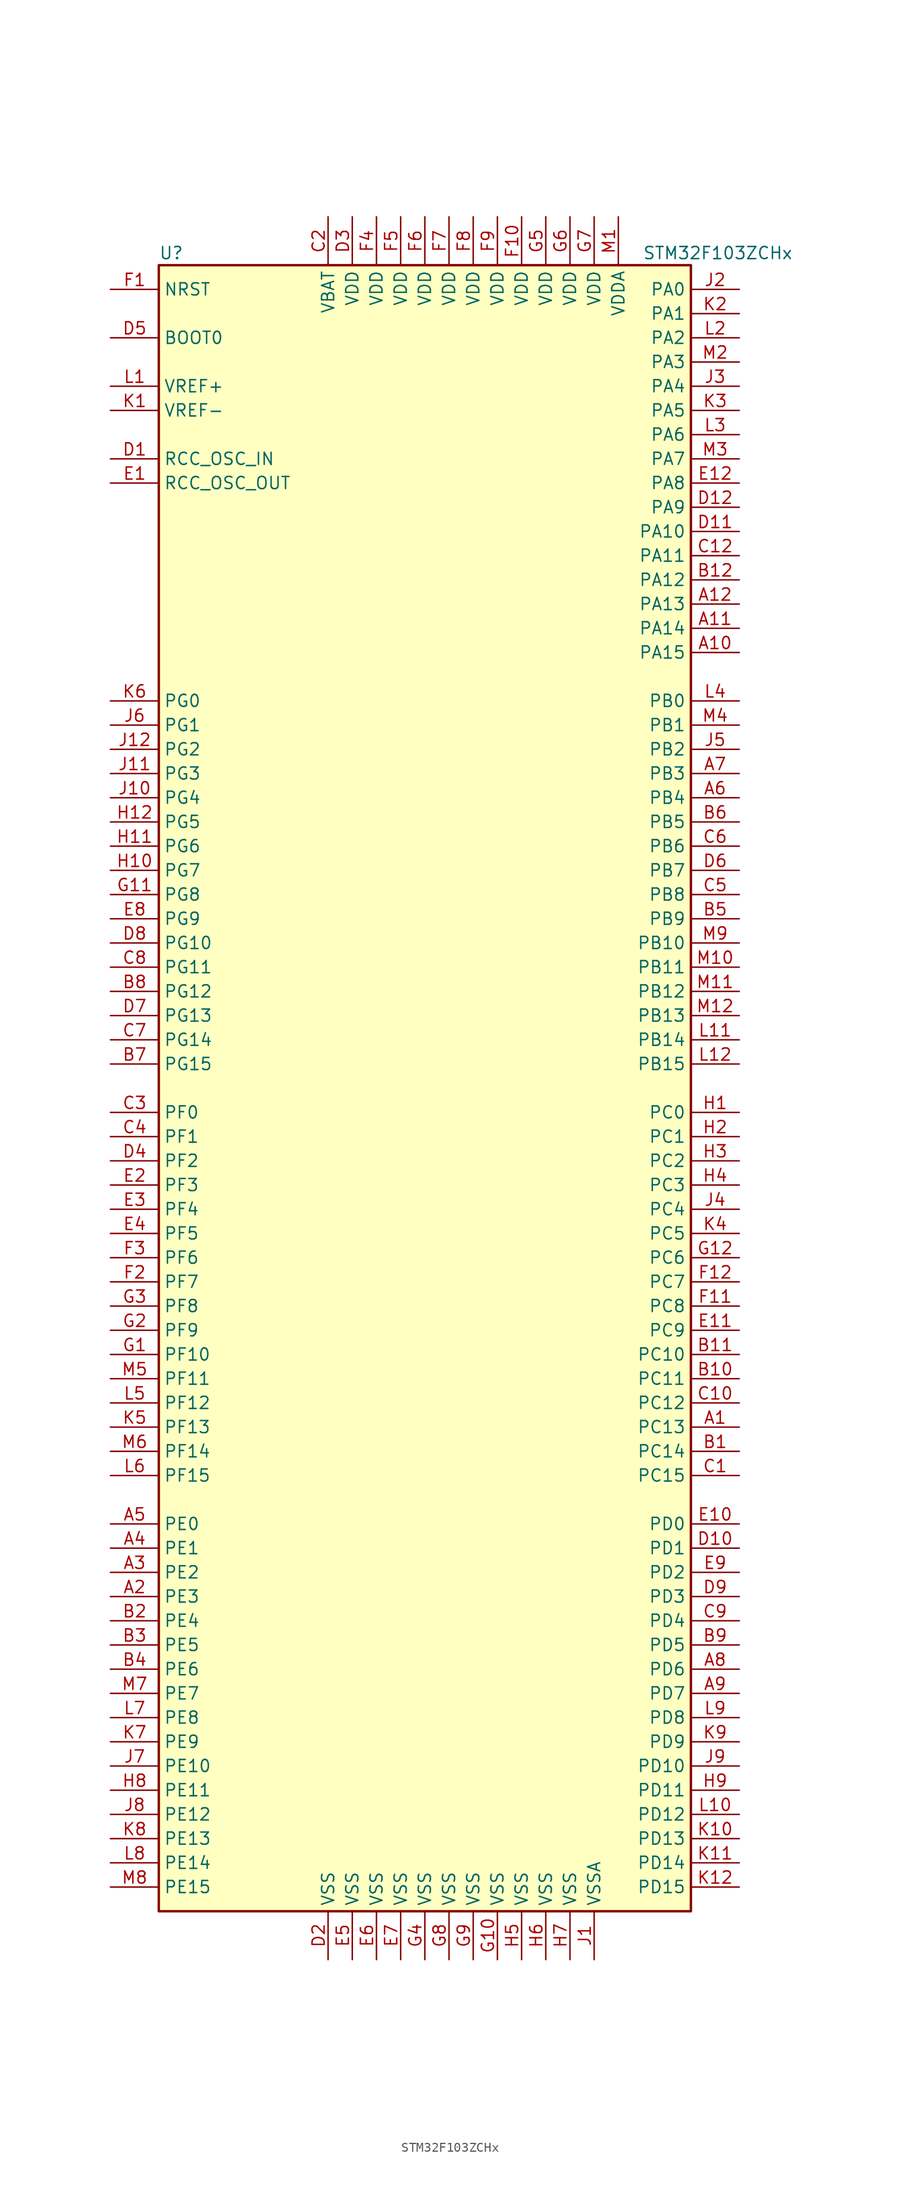
<source format=kicad_sym>
(kicad_symbol_lib
  (version 20201005)
  (generator kicad_symbol_editor)
  (symbol "STM32F103ZCHx"
    (property "Reference" "U"
      (at -27.94 87.63 0)
      (effects (font (size 1.27 1.27)) (justify left)))
    (property "Value" "STM32F103ZCHx"
      (at 22.86 87.63 0)
      (effects (font (size 1.27 1.27)) (justify left)))
    (symbol "STM32F103ZCHx_0_1"
      (rectangle (start -27.94 -86.36) (end 27.94 86.36) (stroke (width 0.254)) (fill (type background))))
    (symbol "STM32F103ZCHx_1_1"
      (pin bidirectional line (at 33.02 -35.56 180) (length 5.08) (name "PC13" (effects (font (size 1.27 1.27)))) (number "A1" (effects (font (size 1.27 1.27)))))
      (pin bidirectional line (at 33.02 45.72 180) (length 5.08) (name "PA15" (effects (font (size 1.27 1.27)))) (number "A10" (effects (font (size 1.27 1.27)))))
      (pin bidirectional line (at 33.02 48.26 180) (length 5.08) (name "PA14" (effects (font (size 1.27 1.27)))) (number "A11" (effects (font (size 1.27 1.27)))))
      (pin bidirectional line (at 33.02 50.8 180) (length 5.08) (name "PA13" (effects (font (size 1.27 1.27)))) (number "A12" (effects (font (size 1.27 1.27)))))
      (pin bidirectional line (at -33.02 -53.34 0) (length 5.08) (name "PE3" (effects (font (size 1.27 1.27)))) (number "A2" (effects (font (size 1.27 1.27)))))
      (pin bidirectional line (at -33.02 -50.8 0) (length 5.08) (name "PE2" (effects (font (size 1.27 1.27)))) (number "A3" (effects (font (size 1.27 1.27)))))
      (pin bidirectional line (at -33.02 -48.26 0) (length 5.08) (name "PE1" (effects (font (size 1.27 1.27)))) (number "A4" (effects (font (size 1.27 1.27)))))
      (pin bidirectional line (at -33.02 -45.72 0) (length 5.08) (name "PE0" (effects (font (size 1.27 1.27)))) (number "A5" (effects (font (size 1.27 1.27)))))
      (pin bidirectional line (at 33.02 30.48 180) (length 5.08) (name "PB4" (effects (font (size 1.27 1.27)))) (number "A6" (effects (font (size 1.27 1.27)))))
      (pin bidirectional line (at 33.02 33.02 180) (length 5.08) (name "PB3" (effects (font (size 1.27 1.27)))) (number "A7" (effects (font (size 1.27 1.27)))))
      (pin bidirectional line (at 33.02 -60.96 180) (length 5.08) (name "PD6" (effects (font (size 1.27 1.27)))) (number "A8" (effects (font (size 1.27 1.27)))))
      (pin bidirectional line (at 33.02 -63.5 180) (length 5.08) (name "PD7" (effects (font (size 1.27 1.27)))) (number "A9" (effects (font (size 1.27 1.27)))))
      (pin bidirectional line (at 33.02 -38.1 180) (length 5.08) (name "PC14" (effects (font (size 1.27 1.27)))) (number "B1" (effects (font (size 1.27 1.27)))))
      (pin bidirectional line (at 33.02 -30.48 180) (length 5.08) (name "PC11" (effects (font (size 1.27 1.27)))) (number "B10" (effects (font (size 1.27 1.27)))))
      (pin bidirectional line (at 33.02 -27.94 180) (length 5.08) (name "PC10" (effects (font (size 1.27 1.27)))) (number "B11" (effects (font (size 1.27 1.27)))))
      (pin bidirectional line (at 33.02 53.34 180) (length 5.08) (name "PA12" (effects (font (size 1.27 1.27)))) (number "B12" (effects (font (size 1.27 1.27)))))
      (pin bidirectional line (at -33.02 -55.88 0) (length 5.08) (name "PE4" (effects (font (size 1.27 1.27)))) (number "B2" (effects (font (size 1.27 1.27)))))
      (pin bidirectional line (at -33.02 -58.42 0) (length 5.08) (name "PE5" (effects (font (size 1.27 1.27)))) (number "B3" (effects (font (size 1.27 1.27)))))
      (pin bidirectional line (at -33.02 -60.96 0) (length 5.08) (name "PE6" (effects (font (size 1.27 1.27)))) (number "B4" (effects (font (size 1.27 1.27)))))
      (pin bidirectional line (at 33.02 17.78 180) (length 5.08) (name "PB9" (effects (font (size 1.27 1.27)))) (number "B5" (effects (font (size 1.27 1.27)))))
      (pin bidirectional line (at 33.02 27.94 180) (length 5.08) (name "PB5" (effects (font (size 1.27 1.27)))) (number "B6" (effects (font (size 1.27 1.27)))))
      (pin bidirectional line (at -33.02 2.54 0) (length 5.08) (name "PG15" (effects (font (size 1.27 1.27)))) (number "B7" (effects (font (size 1.27 1.27)))))
      (pin bidirectional line (at -33.02 10.16 0) (length 5.08) (name "PG12" (effects (font (size 1.27 1.27)))) (number "B8" (effects (font (size 1.27 1.27)))))
      (pin bidirectional line (at 33.02 -58.42 180) (length 5.08) (name "PD5" (effects (font (size 1.27 1.27)))) (number "B9" (effects (font (size 1.27 1.27)))))
      (pin bidirectional line (at 33.02 -40.64 180) (length 5.08) (name "PC15" (effects (font (size 1.27 1.27)))) (number "C1" (effects (font (size 1.27 1.27)))))
      (pin bidirectional line (at 33.02 -33.02 180) (length 5.08) (name "PC12" (effects (font (size 1.27 1.27)))) (number "C10" (effects (font (size 1.27 1.27)))))
      (pin no_connect line (at -27.94 -83.82 0) (length 5.08) hide (name "NC" (effects (font (size 1.27 1.27)))) (number "C11" (effects (font (size 1.27 1.27)))))
      (pin bidirectional line (at 33.02 55.88 180) (length 5.08) (name "PA11" (effects (font (size 1.27 1.27)))) (number "C12" (effects (font (size 1.27 1.27)))))
      (pin power_in line (at -10.16 91.44 270) (length 5.08) (name "VBAT" (effects (font (size 1.27 1.27)))) (number "C2" (effects (font (size 1.27 1.27)))))
      (pin bidirectional line (at -33.02 -2.54 0) (length 5.08) (name "PF0" (effects (font (size 1.27 1.27)))) (number "C3" (effects (font (size 1.27 1.27)))))
      (pin bidirectional line (at -33.02 -5.08 0) (length 5.08) (name "PF1" (effects (font (size 1.27 1.27)))) (number "C4" (effects (font (size 1.27 1.27)))))
      (pin bidirectional line (at 33.02 20.32 180) (length 5.08) (name "PB8" (effects (font (size 1.27 1.27)))) (number "C5" (effects (font (size 1.27 1.27)))))
      (pin bidirectional line (at 33.02 25.4 180) (length 5.08) (name "PB6" (effects (font (size 1.27 1.27)))) (number "C6" (effects (font (size 1.27 1.27)))))
      (pin bidirectional line (at -33.02 5.08 0) (length 5.08) (name "PG14" (effects (font (size 1.27 1.27)))) (number "C7" (effects (font (size 1.27 1.27)))))
      (pin bidirectional line (at -33.02 12.7 0) (length 5.08) (name "PG11" (effects (font (size 1.27 1.27)))) (number "C8" (effects (font (size 1.27 1.27)))))
      (pin bidirectional line (at 33.02 -55.88 180) (length 5.08) (name "PD4" (effects (font (size 1.27 1.27)))) (number "C9" (effects (font (size 1.27 1.27)))))
      (pin input line (at -33.02 66.04 0) (length 5.08) (name "RCC_OSC_IN" (effects (font (size 1.27 1.27)))) (number "D1" (effects (font (size 1.27 1.27)))))
      (pin bidirectional line (at 33.02 -48.26 180) (length 5.08) (name "PD1" (effects (font (size 1.27 1.27)))) (number "D10" (effects (font (size 1.27 1.27)))))
      (pin bidirectional line (at 33.02 58.42 180) (length 5.08) (name "PA10" (effects (font (size 1.27 1.27)))) (number "D11" (effects (font (size 1.27 1.27)))))
      (pin bidirectional line (at 33.02 60.96 180) (length 5.08) (name "PA9" (effects (font (size 1.27 1.27)))) (number "D12" (effects (font (size 1.27 1.27)))))
      (pin power_in line (at -10.16 -91.44 90) (length 5.08) (name "VSS" (effects (font (size 1.27 1.27)))) (number "D2" (effects (font (size 1.27 1.27)))))
      (pin power_in line (at -7.62 91.44 270) (length 5.08) (name "VDD" (effects (font (size 1.27 1.27)))) (number "D3" (effects (font (size 1.27 1.27)))))
      (pin bidirectional line (at -33.02 -7.62 0) (length 5.08) (name "PF2" (effects (font (size 1.27 1.27)))) (number "D4" (effects (font (size 1.27 1.27)))))
      (pin input line (at -33.02 78.74 0) (length 5.08) (name "BOOT0" (effects (font (size 1.27 1.27)))) (number "D5" (effects (font (size 1.27 1.27)))))
      (pin bidirectional line (at 33.02 22.86 180) (length 5.08) (name "PB7" (effects (font (size 1.27 1.27)))) (number "D6" (effects (font (size 1.27 1.27)))))
      (pin bidirectional line (at -33.02 7.62 0) (length 5.08) (name "PG13" (effects (font (size 1.27 1.27)))) (number "D7" (effects (font (size 1.27 1.27)))))
      (pin bidirectional line (at -33.02 15.24 0) (length 5.08) (name "PG10" (effects (font (size 1.27 1.27)))) (number "D8" (effects (font (size 1.27 1.27)))))
      (pin bidirectional line (at 33.02 -53.34 180) (length 5.08) (name "PD3" (effects (font (size 1.27 1.27)))) (number "D9" (effects (font (size 1.27 1.27)))))
      (pin input line (at -33.02 63.5 0) (length 5.08) (name "RCC_OSC_OUT" (effects (font (size 1.27 1.27)))) (number "E1" (effects (font (size 1.27 1.27)))))
      (pin bidirectional line (at 33.02 -45.72 180) (length 5.08) (name "PD0" (effects (font (size 1.27 1.27)))) (number "E10" (effects (font (size 1.27 1.27)))))
      (pin bidirectional line (at 33.02 -25.4 180) (length 5.08) (name "PC9" (effects (font (size 1.27 1.27)))) (number "E11" (effects (font (size 1.27 1.27)))))
      (pin bidirectional line (at 33.02 63.5 180) (length 5.08) (name "PA8" (effects (font (size 1.27 1.27)))) (number "E12" (effects (font (size 1.27 1.27)))))
      (pin bidirectional line (at -33.02 -10.16 0) (length 5.08) (name "PF3" (effects (font (size 1.27 1.27)))) (number "E2" (effects (font (size 1.27 1.27)))))
      (pin bidirectional line (at -33.02 -12.7 0) (length 5.08) (name "PF4" (effects (font (size 1.27 1.27)))) (number "E3" (effects (font (size 1.27 1.27)))))
      (pin bidirectional line (at -33.02 -15.24 0) (length 5.08) (name "PF5" (effects (font (size 1.27 1.27)))) (number "E4" (effects (font (size 1.27 1.27)))))
      (pin power_in line (at -7.62 -91.44 90) (length 5.08) (name "VSS" (effects (font (size 1.27 1.27)))) (number "E5" (effects (font (size 1.27 1.27)))))
      (pin power_in line (at -5.08 -91.44 90) (length 5.08) (name "VSS" (effects (font (size 1.27 1.27)))) (number "E6" (effects (font (size 1.27 1.27)))))
      (pin power_in line (at -2.54 -91.44 90) (length 5.08) (name "VSS" (effects (font (size 1.27 1.27)))) (number "E7" (effects (font (size 1.27 1.27)))))
      (pin bidirectional line (at -33.02 17.78 0) (length 5.08) (name "PG9" (effects (font (size 1.27 1.27)))) (number "E8" (effects (font (size 1.27 1.27)))))
      (pin bidirectional line (at 33.02 -50.8 180) (length 5.08) (name "PD2" (effects (font (size 1.27 1.27)))) (number "E9" (effects (font (size 1.27 1.27)))))
      (pin input line (at -33.02 83.82 0) (length 5.08) (name "NRST" (effects (font (size 1.27 1.27)))) (number "F1" (effects (font (size 1.27 1.27)))))
      (pin power_in line (at 10.16 91.44 270) (length 5.08) (name "VDD" (effects (font (size 1.27 1.27)))) (number "F10" (effects (font (size 1.27 1.27)))))
      (pin bidirectional line (at 33.02 -22.86 180) (length 5.08) (name "PC8" (effects (font (size 1.27 1.27)))) (number "F11" (effects (font (size 1.27 1.27)))))
      (pin bidirectional line (at 33.02 -20.32 180) (length 5.08) (name "PC7" (effects (font (size 1.27 1.27)))) (number "F12" (effects (font (size 1.27 1.27)))))
      (pin bidirectional line (at -33.02 -20.32 0) (length 5.08) (name "PF7" (effects (font (size 1.27 1.27)))) (number "F2" (effects (font (size 1.27 1.27)))))
      (pin bidirectional line (at -33.02 -17.78 0) (length 5.08) (name "PF6" (effects (font (size 1.27 1.27)))) (number "F3" (effects (font (size 1.27 1.27)))))
      (pin power_in line (at -5.08 91.44 270) (length 5.08) (name "VDD" (effects (font (size 1.27 1.27)))) (number "F4" (effects (font (size 1.27 1.27)))))
      (pin power_in line (at -2.54 91.44 270) (length 5.08) (name "VDD" (effects (font (size 1.27 1.27)))) (number "F5" (effects (font (size 1.27 1.27)))))
      (pin power_in line (at 0 91.44 270) (length 5.08) (name "VDD" (effects (font (size 1.27 1.27)))) (number "F6" (effects (font (size 1.27 1.27)))))
      (pin power_in line (at 2.54 91.44 270) (length 5.08) (name "VDD" (effects (font (size 1.27 1.27)))) (number "F7" (effects (font (size 1.27 1.27)))))
      (pin power_in line (at 5.08 91.44 270) (length 5.08) (name "VDD" (effects (font (size 1.27 1.27)))) (number "F8" (effects (font (size 1.27 1.27)))))
      (pin power_in line (at 7.62 91.44 270) (length 5.08) (name "VDD" (effects (font (size 1.27 1.27)))) (number "F9" (effects (font (size 1.27 1.27)))))
      (pin bidirectional line (at -33.02 -27.94 0) (length 5.08) (name "PF10" (effects (font (size 1.27 1.27)))) (number "G1" (effects (font (size 1.27 1.27)))))
      (pin power_in line (at 7.62 -91.44 90) (length 5.08) (name "VSS" (effects (font (size 1.27 1.27)))) (number "G10" (effects (font (size 1.27 1.27)))))
      (pin bidirectional line (at -33.02 20.32 0) (length 5.08) (name "PG8" (effects (font (size 1.27 1.27)))) (number "G11" (effects (font (size 1.27 1.27)))))
      (pin bidirectional line (at 33.02 -17.78 180) (length 5.08) (name "PC6" (effects (font (size 1.27 1.27)))) (number "G12" (effects (font (size 1.27 1.27)))))
      (pin bidirectional line (at -33.02 -25.4 0) (length 5.08) (name "PF9" (effects (font (size 1.27 1.27)))) (number "G2" (effects (font (size 1.27 1.27)))))
      (pin bidirectional line (at -33.02 -22.86 0) (length 5.08) (name "PF8" (effects (font (size 1.27 1.27)))) (number "G3" (effects (font (size 1.27 1.27)))))
      (pin power_in line (at 0 -91.44 90) (length 5.08) (name "VSS" (effects (font (size 1.27 1.27)))) (number "G4" (effects (font (size 1.27 1.27)))))
      (pin power_in line (at 12.7 91.44 270) (length 5.08) (name "VDD" (effects (font (size 1.27 1.27)))) (number "G5" (effects (font (size 1.27 1.27)))))
      (pin power_in line (at 15.24 91.44 270) (length 5.08) (name "VDD" (effects (font (size 1.27 1.27)))) (number "G6" (effects (font (size 1.27 1.27)))))
      (pin power_in line (at 17.78 91.44 270) (length 5.08) (name "VDD" (effects (font (size 1.27 1.27)))) (number "G7" (effects (font (size 1.27 1.27)))))
      (pin power_in line (at 2.54 -91.44 90) (length 5.08) (name "VSS" (effects (font (size 1.27 1.27)))) (number "G8" (effects (font (size 1.27 1.27)))))
      (pin power_in line (at 5.08 -91.44 90) (length 5.08) (name "VSS" (effects (font (size 1.27 1.27)))) (number "G9" (effects (font (size 1.27 1.27)))))
      (pin bidirectional line (at 33.02 -2.54 180) (length 5.08) (name "PC0" (effects (font (size 1.27 1.27)))) (number "H1" (effects (font (size 1.27 1.27)))))
      (pin bidirectional line (at -33.02 22.86 0) (length 5.08) (name "PG7" (effects (font (size 1.27 1.27)))) (number "H10" (effects (font (size 1.27 1.27)))))
      (pin bidirectional line (at -33.02 25.4 0) (length 5.08) (name "PG6" (effects (font (size 1.27 1.27)))) (number "H11" (effects (font (size 1.27 1.27)))))
      (pin bidirectional line (at -33.02 27.94 0) (length 5.08) (name "PG5" (effects (font (size 1.27 1.27)))) (number "H12" (effects (font (size 1.27 1.27)))))
      (pin bidirectional line (at 33.02 -5.08 180) (length 5.08) (name "PC1" (effects (font (size 1.27 1.27)))) (number "H2" (effects (font (size 1.27 1.27)))))
      (pin bidirectional line (at 33.02 -7.62 180) (length 5.08) (name "PC2" (effects (font (size 1.27 1.27)))) (number "H3" (effects (font (size 1.27 1.27)))))
      (pin bidirectional line (at 33.02 -10.16 180) (length 5.08) (name "PC3" (effects (font (size 1.27 1.27)))) (number "H4" (effects (font (size 1.27 1.27)))))
      (pin power_in line (at 10.16 -91.44 90) (length 5.08) (name "VSS" (effects (font (size 1.27 1.27)))) (number "H5" (effects (font (size 1.27 1.27)))))
      (pin power_in line (at 12.7 -91.44 90) (length 5.08) (name "VSS" (effects (font (size 1.27 1.27)))) (number "H6" (effects (font (size 1.27 1.27)))))
      (pin power_in line (at 15.24 -91.44 90) (length 5.08) (name "VSS" (effects (font (size 1.27 1.27)))) (number "H7" (effects (font (size 1.27 1.27)))))
      (pin bidirectional line (at -33.02 -73.66 0) (length 5.08) (name "PE11" (effects (font (size 1.27 1.27)))) (number "H8" (effects (font (size 1.27 1.27)))))
      (pin bidirectional line (at 33.02 -73.66 180) (length 5.08) (name "PD11" (effects (font (size 1.27 1.27)))) (number "H9" (effects (font (size 1.27 1.27)))))
      (pin power_in line (at 17.78 -91.44 90) (length 5.08) (name "VSSA" (effects (font (size 1.27 1.27)))) (number "J1" (effects (font (size 1.27 1.27)))))
      (pin bidirectional line (at -33.02 30.48 0) (length 5.08) (name "PG4" (effects (font (size 1.27 1.27)))) (number "J10" (effects (font (size 1.27 1.27)))))
      (pin bidirectional line (at -33.02 33.02 0) (length 5.08) (name "PG3" (effects (font (size 1.27 1.27)))) (number "J11" (effects (font (size 1.27 1.27)))))
      (pin bidirectional line (at -33.02 35.56 0) (length 5.08) (name "PG2" (effects (font (size 1.27 1.27)))) (number "J12" (effects (font (size 1.27 1.27)))))
      (pin bidirectional line (at 33.02 83.82 180) (length 5.08) (name "PA0" (effects (font (size 1.27 1.27)))) (number "J2" (effects (font (size 1.27 1.27)))))
      (pin bidirectional line (at 33.02 73.66 180) (length 5.08) (name "PA4" (effects (font (size 1.27 1.27)))) (number "J3" (effects (font (size 1.27 1.27)))))
      (pin bidirectional line (at 33.02 -12.7 180) (length 5.08) (name "PC4" (effects (font (size 1.27 1.27)))) (number "J4" (effects (font (size 1.27 1.27)))))
      (pin bidirectional line (at 33.02 35.56 180) (length 5.08) (name "PB2" (effects (font (size 1.27 1.27)))) (number "J5" (effects (font (size 1.27 1.27)))))
      (pin bidirectional line (at -33.02 38.1 0) (length 5.08) (name "PG1" (effects (font (size 1.27 1.27)))) (number "J6" (effects (font (size 1.27 1.27)))))
      (pin bidirectional line (at -33.02 -71.12 0) (length 5.08) (name "PE10" (effects (font (size 1.27 1.27)))) (number "J7" (effects (font (size 1.27 1.27)))))
      (pin bidirectional line (at -33.02 -76.2 0) (length 5.08) (name "PE12" (effects (font (size 1.27 1.27)))) (number "J8" (effects (font (size 1.27 1.27)))))
      (pin bidirectional line (at 33.02 -71.12 180) (length 5.08) (name "PD10" (effects (font (size 1.27 1.27)))) (number "J9" (effects (font (size 1.27 1.27)))))
      (pin power_in line (at -33.02 71.12 0) (length 5.08) (name "VREF-" (effects (font (size 1.27 1.27)))) (number "K1" (effects (font (size 1.27 1.27)))))
      (pin bidirectional line (at 33.02 -78.74 180) (length 5.08) (name "PD13" (effects (font (size 1.27 1.27)))) (number "K10" (effects (font (size 1.27 1.27)))))
      (pin bidirectional line (at 33.02 -81.28 180) (length 5.08) (name "PD14" (effects (font (size 1.27 1.27)))) (number "K11" (effects (font (size 1.27 1.27)))))
      (pin bidirectional line (at 33.02 -83.82 180) (length 5.08) (name "PD15" (effects (font (size 1.27 1.27)))) (number "K12" (effects (font (size 1.27 1.27)))))
      (pin bidirectional line (at 33.02 81.28 180) (length 5.08) (name "PA1" (effects (font (size 1.27 1.27)))) (number "K2" (effects (font (size 1.27 1.27)))))
      (pin bidirectional line (at 33.02 71.12 180) (length 5.08) (name "PA5" (effects (font (size 1.27 1.27)))) (number "K3" (effects (font (size 1.27 1.27)))))
      (pin bidirectional line (at 33.02 -15.24 180) (length 5.08) (name "PC5" (effects (font (size 1.27 1.27)))) (number "K4" (effects (font (size 1.27 1.27)))))
      (pin bidirectional line (at -33.02 -35.56 0) (length 5.08) (name "PF13" (effects (font (size 1.27 1.27)))) (number "K5" (effects (font (size 1.27 1.27)))))
      (pin bidirectional line (at -33.02 40.64 0) (length 5.08) (name "PG0" (effects (font (size 1.27 1.27)))) (number "K6" (effects (font (size 1.27 1.27)))))
      (pin bidirectional line (at -33.02 -68.58 0) (length 5.08) (name "PE9" (effects (font (size 1.27 1.27)))) (number "K7" (effects (font (size 1.27 1.27)))))
      (pin bidirectional line (at -33.02 -78.74 0) (length 5.08) (name "PE13" (effects (font (size 1.27 1.27)))) (number "K8" (effects (font (size 1.27 1.27)))))
      (pin bidirectional line (at 33.02 -68.58 180) (length 5.08) (name "PD9" (effects (font (size 1.27 1.27)))) (number "K9" (effects (font (size 1.27 1.27)))))
      (pin power_in line (at -33.02 73.66 0) (length 5.08) (name "VREF+" (effects (font (size 1.27 1.27)))) (number "L1" (effects (font (size 1.27 1.27)))))
      (pin bidirectional line (at 33.02 -76.2 180) (length 5.08) (name "PD12" (effects (font (size 1.27 1.27)))) (number "L10" (effects (font (size 1.27 1.27)))))
      (pin bidirectional line (at 33.02 5.08 180) (length 5.08) (name "PB14" (effects (font (size 1.27 1.27)))) (number "L11" (effects (font (size 1.27 1.27)))))
      (pin bidirectional line (at 33.02 2.54 180) (length 5.08) (name "PB15" (effects (font (size 1.27 1.27)))) (number "L12" (effects (font (size 1.27 1.27)))))
      (pin bidirectional line (at 33.02 78.74 180) (length 5.08) (name "PA2" (effects (font (size 1.27 1.27)))) (number "L2" (effects (font (size 1.27 1.27)))))
      (pin bidirectional line (at 33.02 68.58 180) (length 5.08) (name "PA6" (effects (font (size 1.27 1.27)))) (number "L3" (effects (font (size 1.27 1.27)))))
      (pin bidirectional line (at 33.02 40.64 180) (length 5.08) (name "PB0" (effects (font (size 1.27 1.27)))) (number "L4" (effects (font (size 1.27 1.27)))))
      (pin bidirectional line (at -33.02 -33.02 0) (length 5.08) (name "PF12" (effects (font (size 1.27 1.27)))) (number "L5" (effects (font (size 1.27 1.27)))))
      (pin bidirectional line (at -33.02 -40.64 0) (length 5.08) (name "PF15" (effects (font (size 1.27 1.27)))) (number "L6" (effects (font (size 1.27 1.27)))))
      (pin bidirectional line (at -33.02 -66.04 0) (length 5.08) (name "PE8" (effects (font (size 1.27 1.27)))) (number "L7" (effects (font (size 1.27 1.27)))))
      (pin bidirectional line (at -33.02 -81.28 0) (length 5.08) (name "PE14" (effects (font (size 1.27 1.27)))) (number "L8" (effects (font (size 1.27 1.27)))))
      (pin bidirectional line (at 33.02 -66.04 180) (length 5.08) (name "PD8" (effects (font (size 1.27 1.27)))) (number "L9" (effects (font (size 1.27 1.27)))))
      (pin power_in line (at 20.32 91.44 270) (length 5.08) (name "VDDA" (effects (font (size 1.27 1.27)))) (number "M1" (effects (font (size 1.27 1.27)))))
      (pin bidirectional line (at 33.02 12.7 180) (length 5.08) (name "PB11" (effects (font (size 1.27 1.27)))) (number "M10" (effects (font (size 1.27 1.27)))))
      (pin bidirectional line (at 33.02 10.16 180) (length 5.08) (name "PB12" (effects (font (size 1.27 1.27)))) (number "M11" (effects (font (size 1.27 1.27)))))
      (pin bidirectional line (at 33.02 7.62 180) (length 5.08) (name "PB13" (effects (font (size 1.27 1.27)))) (number "M12" (effects (font (size 1.27 1.27)))))
      (pin bidirectional line (at 33.02 76.2 180) (length 5.08) (name "PA3" (effects (font (size 1.27 1.27)))) (number "M2" (effects (font (size 1.27 1.27)))))
      (pin bidirectional line (at 33.02 66.04 180) (length 5.08) (name "PA7" (effects (font (size 1.27 1.27)))) (number "M3" (effects (font (size 1.27 1.27)))))
      (pin bidirectional line (at 33.02 38.1 180) (length 5.08) (name "PB1" (effects (font (size 1.27 1.27)))) (number "M4" (effects (font (size 1.27 1.27)))))
      (pin bidirectional line (at -33.02 -30.48 0) (length 5.08) (name "PF11" (effects (font (size 1.27 1.27)))) (number "M5" (effects (font (size 1.27 1.27)))))
      (pin bidirectional line (at -33.02 -38.1 0) (length 5.08) (name "PF14" (effects (font (size 1.27 1.27)))) (number "M6" (effects (font (size 1.27 1.27)))))
      (pin bidirectional line (at -33.02 -63.5 0) (length 5.08) (name "PE7" (effects (font (size 1.27 1.27)))) (number "M7" (effects (font (size 1.27 1.27)))))
      (pin bidirectional line (at -33.02 -83.82 0) (length 5.08) (name "PE15" (effects (font (size 1.27 1.27)))) (number "M8" (effects (font (size 1.27 1.27)))))
      (pin bidirectional line (at 33.02 15.24 180) (length 5.08) (name "PB10" (effects (font (size 1.27 1.27)))) (number "M9" (effects (font (size 1.27 1.27))))))))
</source>
